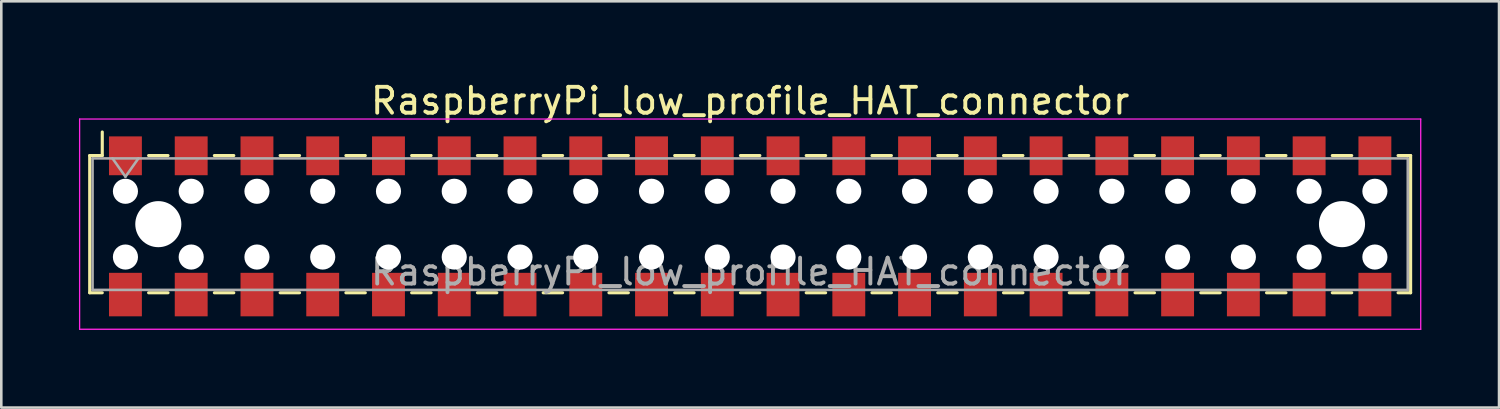
<source format=kicad_pcb>
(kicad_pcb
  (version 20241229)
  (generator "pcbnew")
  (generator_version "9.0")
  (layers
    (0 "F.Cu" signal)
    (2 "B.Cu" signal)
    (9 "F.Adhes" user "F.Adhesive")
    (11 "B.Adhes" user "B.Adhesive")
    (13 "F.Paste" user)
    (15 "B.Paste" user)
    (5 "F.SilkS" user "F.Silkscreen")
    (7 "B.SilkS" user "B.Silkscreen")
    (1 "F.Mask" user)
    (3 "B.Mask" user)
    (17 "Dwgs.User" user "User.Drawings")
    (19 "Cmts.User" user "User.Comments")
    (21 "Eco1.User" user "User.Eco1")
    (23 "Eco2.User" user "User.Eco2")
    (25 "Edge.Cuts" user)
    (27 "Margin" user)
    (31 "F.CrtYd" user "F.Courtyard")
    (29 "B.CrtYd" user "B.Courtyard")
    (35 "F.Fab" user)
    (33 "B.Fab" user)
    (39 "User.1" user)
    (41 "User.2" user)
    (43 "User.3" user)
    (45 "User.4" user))
  (footprint "RaspberryPi_low_profile_HAT_connector"
    (layer "F.Cu")
    (at 25.925 5.608)
    (property "Reference" "RaspberryPi_low_profile_HAT_connector" (at 0 -4.76 0) (layer "F.SilkS") (effects (font (size 1 1) (thickness 0.15))))
    (attr smd)
    (fp_line (start -25.51 -2.65) (end -25.51 2.65) (stroke (width 0.12) (type solid)) (layer "F.SilkS"))
    (fp_line (start -25.51 2.65) (end -25.025 2.65) (stroke (width 0.12) (type solid)) (layer "F.SilkS"))
    (fp_line (start -25.025 -3.56) (end -25.025 -2.65) (stroke (width 0.12) (type solid)) (layer "F.SilkS"))
    (fp_line (start -25.025 -2.65) (end -25.51 -2.65) (stroke (width 0.12) (type solid)) (layer "F.SilkS"))
    (fp_line (start -23.235 -2.65) (end -22.485 -2.65) (stroke (width 0.12) (type solid)) (layer "F.SilkS"))
    (fp_line (start -23.235 2.65) (end -22.485 2.65) (stroke (width 0.12) (type solid)) (layer "F.SilkS"))
    (fp_line (start -20.695 -2.65) (end -19.945 -2.65) (stroke (width 0.12) (type solid)) (layer "F.SilkS"))
    (fp_line (start -20.695 2.65) (end -19.945 2.65) (stroke (width 0.12) (type solid)) (layer "F.SilkS"))
    (fp_line (start -18.155 -2.65) (end -17.405 -2.65) (stroke (width 0.12) (type solid)) (layer "F.SilkS"))
    (fp_line (start -18.155 2.65) (end -17.405 2.65) (stroke (width 0.12) (type solid)) (layer "F.SilkS"))
    (fp_line (start -15.615 -2.65) (end -14.865 -2.65) (stroke (width 0.12) (type solid)) (layer "F.SilkS"))
    (fp_line (start -15.615 2.65) (end -14.865 2.65) (stroke (width 0.12) (type solid)) (layer "F.SilkS"))
    (fp_line (start -13.075 -2.65) (end -12.325 -2.65) (stroke (width 0.12) (type solid)) (layer "F.SilkS"))
    (fp_line (start -13.075 2.65) (end -12.325 2.65) (stroke (width 0.12) (type solid)) (layer "F.SilkS"))
    (fp_line (start -10.535 -2.65) (end -9.785 -2.65) (stroke (width 0.12) (type solid)) (layer "F.SilkS"))
    (fp_line (start -10.535 2.65) (end -9.785 2.65) (stroke (width 0.12) (type solid)) (layer "F.SilkS"))
    (fp_line (start -7.995 -2.65) (end -7.245 -2.65) (stroke (width 0.12) (type solid)) (layer "F.SilkS"))
    (fp_line (start -7.995 2.65) (end -7.245 2.65) (stroke (width 0.12) (type solid)) (layer "F.SilkS"))
    (fp_line (start -5.455 -2.65) (end -4.705 -2.65) (stroke (width 0.12) (type solid)) (layer "F.SilkS"))
    (fp_line (start -5.455 2.65) (end -4.705 2.65) (stroke (width 0.12) (type solid)) (layer "F.SilkS"))
    (fp_line (start -2.915 -2.65) (end -2.165 -2.65) (stroke (width 0.12) (type solid)) (layer "F.SilkS"))
    (fp_line (start -2.915 2.65) (end -2.165 2.65) (stroke (width 0.12) (type solid)) (layer "F.SilkS"))
    (fp_line (start -0.375 -2.65) (end 0.375 -2.65) (stroke (width 0.12) (type solid)) (layer "F.SilkS"))
    (fp_line (start -0.375 2.65) (end 0.375 2.65) (stroke (width 0.12) (type solid)) (layer "F.SilkS"))
    (fp_line (start 2.165 -2.65) (end 2.915 -2.65) (stroke (width 0.12) (type solid)) (layer "F.SilkS"))
    (fp_line (start 2.165 2.65) (end 2.915 2.65) (stroke (width 0.12) (type solid)) (layer "F.SilkS"))
    (fp_line (start 4.705 -2.65) (end 5.455 -2.65) (stroke (width 0.12) (type solid)) (layer "F.SilkS"))
    (fp_line (start 4.705 2.65) (end 5.455 2.65) (stroke (width 0.12) (type solid)) (layer "F.SilkS"))
    (fp_line (start 7.245 -2.65) (end 7.995 -2.65) (stroke (width 0.12) (type solid)) (layer "F.SilkS"))
    (fp_line (start 7.245 2.65) (end 7.995 2.65) (stroke (width 0.12) (type solid)) (layer "F.SilkS"))
    (fp_line (start 9.785 -2.65) (end 10.535 -2.65) (stroke (width 0.12) (type solid)) (layer "F.SilkS"))
    (fp_line (start 9.785 2.65) (end 10.535 2.65) (stroke (width 0.12) (type solid)) (layer "F.SilkS"))
    (fp_line (start 12.325 -2.65) (end 13.075 -2.65) (stroke (width 0.12) (type solid)) (layer "F.SilkS"))
    (fp_line (start 12.325 2.65) (end 13.075 2.65) (stroke (width 0.12) (type solid)) (layer "F.SilkS"))
    (fp_line (start 14.865 -2.65) (end 15.615 -2.65) (stroke (width 0.12) (type solid)) (layer "F.SilkS"))
    (fp_line (start 14.865 2.65) (end 15.615 2.65) (stroke (width 0.12) (type solid)) (layer "F.SilkS"))
    (fp_line (start 17.405 -2.65) (end 18.155 -2.65) (stroke (width 0.12) (type solid)) (layer "F.SilkS"))
    (fp_line (start 17.405 2.65) (end 18.155 2.65) (stroke (width 0.12) (type solid)) (layer "F.SilkS"))
    (fp_line (start 19.945 -2.65) (end 20.695 -2.65) (stroke (width 0.12) (type solid)) (layer "F.SilkS"))
    (fp_line (start 19.945 2.65) (end 20.695 2.65) (stroke (width 0.12) (type solid)) (layer "F.SilkS"))
    (fp_line (start 22.485 -2.65) (end 23.235 -2.65) (stroke (width 0.12) (type solid)) (layer "F.SilkS"))
    (fp_line (start 22.485 2.65) (end 23.235 2.65) (stroke (width 0.12) (type solid)) (layer "F.SilkS"))
    (fp_line (start 25.025 -2.65) (end 25.51 -2.65) (stroke (width 0.12) (type solid)) (layer "F.SilkS"))
    (fp_line (start 25.51 -2.65) (end 25.51 2.65) (stroke (width 0.12) (type solid)) (layer "F.SilkS"))
    (fp_line (start 25.51 2.65) (end 25.025 2.65) (stroke (width 0.12) (type solid)) (layer "F.SilkS"))
    (fp_line (start -25.9 -4.06) (end 25.9 -4.06) (stroke (width 0.05) (type solid)) (layer "F.CrtYd"))
    (fp_line (start -25.9 4.06) (end -25.9 -4.06) (stroke (width 0.05) (type solid)) (layer "F.CrtYd"))
    (fp_line (start 25.9 -4.06) (end 25.9 4.06) (stroke (width 0.05) (type solid)) (layer "F.CrtYd"))
    (fp_line (start 25.9 4.06) (end -25.9 4.06) (stroke (width 0.05) (type solid)) (layer "F.CrtYd"))
    (fp_line (start -25.4 -2.54) (end 25.4 -2.54) (stroke (width 0.1) (type solid)) (layer "F.Fab"))
    (fp_line (start -25.4 2.54) (end -25.4 -2.54) (stroke (width 0.1) (type solid)) (layer "F.Fab"))
    (fp_line (start -24.63 -2.54) (end -24.13 -1.833) (stroke (width 0.1) (type solid)) (layer "F.Fab"))
    (fp_line (start -24.13 -1.833) (end -23.63 -2.54) (stroke (width 0.1) (type solid)) (layer "F.Fab"))
    (fp_line (start 25.4 -2.54) (end 25.4 2.54) (stroke (width 0.1) (type solid)) (layer "F.Fab"))
    (fp_line (start 25.4 2.54) (end -25.4 2.54) (stroke (width 0.1) (type solid)) (layer "F.Fab"))
    (fp_text user "${REFERENCE}" (at 0 1.84 0) (layer "F.Fab") (effects (font (size 1 1) (thickness 0.15))))
    (pad "" np_thru_hole circle (at -24.13 -1.27) (size 0.97 0.97) (drill 0.97) (layers "*.Cu" "*.Mask"))
    (pad "" np_thru_hole circle (at -24.13 1.27) (size 0.97 0.97) (drill 0.97) (layers "*.Cu" "*.Mask"))
    (pad "" np_thru_hole circle (at -22.86 0) (size 1.78 1.78) (drill 1.78) (layers "*.Cu" "*.Mask"))
    (pad "" np_thru_hole circle (at -21.59 -1.27) (size 0.97 0.97) (drill 0.97) (layers "*.Cu" "*.Mask"))
    (pad "" np_thru_hole circle (at -21.59 1.27) (size 0.97 0.97) (drill 0.97) (layers "*.Cu" "*.Mask"))
    (pad "" np_thru_hole circle (at -19.05 -1.27) (size 0.97 0.97) (drill 0.97) (layers "*.Cu" "*.Mask"))
    (pad "" np_thru_hole circle (at -19.05 1.27) (size 0.97 0.97) (drill 0.97) (layers "*.Cu" "*.Mask"))
    (pad "" np_thru_hole circle (at -16.51 -1.27) (size 0.97 0.97) (drill 0.97) (layers "*.Cu" "*.Mask"))
    (pad "" np_thru_hole circle (at -16.51 1.27) (size 0.97 0.97) (drill 0.97) (layers "*.Cu" "*.Mask"))
    (pad "" np_thru_hole circle (at -13.97 -1.27) (size 0.97 0.97) (drill 0.97) (layers "*.Cu" "*.Mask"))
    (pad "" np_thru_hole circle (at -13.97 1.27) (size 0.97 0.97) (drill 0.97) (layers "*.Cu" "*.Mask"))
    (pad "" np_thru_hole circle (at -11.43 -1.27) (size 0.97 0.97) (drill 0.97) (layers "*.Cu" "*.Mask"))
    (pad "" np_thru_hole circle (at -11.43 1.27) (size 0.97 0.97) (drill 0.97) (layers "*.Cu" "*.Mask"))
    (pad "" np_thru_hole circle (at -8.89 -1.27) (size 0.97 0.97) (drill 0.97) (layers "*.Cu" "*.Mask"))
    (pad "" np_thru_hole circle (at -8.89 1.27) (size 0.97 0.97) (drill 0.97) (layers "*.Cu" "*.Mask"))
    (pad "" np_thru_hole circle (at -6.35 -1.27) (size 0.97 0.97) (drill 0.97) (layers "*.Cu" "*.Mask"))
    (pad "" np_thru_hole circle (at -6.35 1.27) (size 0.97 0.97) (drill 0.97) (layers "*.Cu" "*.Mask"))
    (pad "" np_thru_hole circle (at -3.81 -1.27) (size 0.97 0.97) (drill 0.97) (layers "*.Cu" "*.Mask"))
    (pad "" np_thru_hole circle (at -3.81 1.27) (size 0.97 0.97) (drill 0.97) (layers "*.Cu" "*.Mask"))
    (pad "" np_thru_hole circle (at -1.27 -1.27) (size 0.97 0.97) (drill 0.97) (layers "*.Cu" "*.Mask"))
    (pad "" np_thru_hole circle (at -1.27 1.27) (size 0.97 0.97) (drill 0.97) (layers "*.Cu" "*.Mask"))
    (pad "" np_thru_hole circle (at 1.27 -1.27) (size 0.97 0.97) (drill 0.97) (layers "*.Cu" "*.Mask"))
    (pad "" np_thru_hole circle (at 1.27 1.27) (size 0.97 0.97) (drill 0.97) (layers "*.Cu" "*.Mask"))
    (pad "" np_thru_hole circle (at 3.81 -1.27) (size 0.97 0.97) (drill 0.97) (layers "*.Cu" "*.Mask"))
    (pad "" np_thru_hole circle (at 3.81 1.27) (size 0.97 0.97) (drill 0.97) (layers "*.Cu" "*.Mask"))
    (pad "" np_thru_hole circle (at 6.35 -1.27) (size 0.97 0.97) (drill 0.97) (layers "*.Cu" "*.Mask"))
    (pad "" np_thru_hole circle (at 6.35 1.27) (size 0.97 0.97) (drill 0.97) (layers "*.Cu" "*.Mask"))
    (pad "" np_thru_hole circle (at 8.89 -1.27) (size 0.97 0.97) (drill 0.97) (layers "*.Cu" "*.Mask"))
    (pad "" np_thru_hole circle (at 8.89 1.27) (size 0.97 0.97) (drill 0.97) (layers "*.Cu" "*.Mask"))
    (pad "" np_thru_hole circle (at 11.43 -1.27) (size 0.97 0.97) (drill 0.97) (layers "*.Cu" "*.Mask"))
    (pad "" np_thru_hole circle (at 11.43 1.27) (size 0.97 0.97) (drill 0.97) (layers "*.Cu" "*.Mask"))
    (pad "" np_thru_hole circle (at 13.97 -1.27) (size 0.97 0.97) (drill 0.97) (layers "*.Cu" "*.Mask"))
    (pad "" np_thru_hole circle (at 13.97 1.27) (size 0.97 0.97) (drill 0.97) (layers "*.Cu" "*.Mask"))
    (pad "" np_thru_hole circle (at 16.51 -1.27) (size 0.97 0.97) (drill 0.97) (layers "*.Cu" "*.Mask"))
    (pad "" np_thru_hole circle (at 16.51 1.27) (size 0.97 0.97) (drill 0.97) (layers "*.Cu" "*.Mask"))
    (pad "" np_thru_hole circle (at 19.05 -1.27) (size 0.97 0.97) (drill 0.97) (layers "*.Cu" "*.Mask"))
    (pad "" np_thru_hole circle (at 19.05 1.27) (size 0.97 0.97) (drill 0.97) (layers "*.Cu" "*.Mask"))
    (pad "" np_thru_hole circle (at 21.59 -1.27) (size 0.97 0.97) (drill 0.97) (layers "*.Cu" "*.Mask"))
    (pad "" np_thru_hole circle (at 21.59 1.27) (size 0.97 0.97) (drill 0.97) (layers "*.Cu" "*.Mask"))
    (pad "" np_thru_hole circle (at 22.86 0) (size 1.78 1.78) (drill 1.78) (layers "*.Cu" "*.Mask"))
    (pad "" np_thru_hole circle (at 24.13 -1.27) (size 0.97 0.97) (drill 0.97) (layers "*.Cu" "*.Mask"))
    (pad "" np_thru_hole circle (at 24.13 1.27) (size 0.97 0.97) (drill 0.97) (layers "*.Cu" "*.Mask"))
    (pad "1" smd rect (at -24.13 2.72) (size 1.27 1.68) (layers "F.Cu" "F.Mask" "F.Paste"))
    (pad "2" smd rect (at -24.13 -2.64) (size 1.27 1.5) (layers "F.Cu" "F.Mask" "F.Paste"))
    (pad "3" smd rect (at -21.59 2.72) (size 1.27 1.68) (layers "F.Cu" "F.Mask" "F.Paste"))
    (pad "4" smd rect (at -21.59 -2.64) (size 1.27 1.5) (layers "F.Cu" "F.Mask" "F.Paste"))
    (pad "5" smd rect (at -19.05 2.72) (size 1.27 1.68) (layers "F.Cu" "F.Mask" "F.Paste"))
    (pad "6" smd rect (at -19.05 -2.64) (size 1.27 1.5) (layers "F.Cu" "F.Mask" "F.Paste"))
    (pad "7" smd rect (at -16.51 2.72) (size 1.27 1.68) (layers "F.Cu" "F.Mask" "F.Paste"))
    (pad "8" smd rect (at -16.51 -2.64) (size 1.27 1.5) (layers "F.Cu" "F.Mask" "F.Paste"))
    (pad "9" smd rect (at -13.97 2.72) (size 1.27 1.68) (layers "F.Cu" "F.Mask" "F.Paste"))
    (pad "10" smd rect (at -13.97 -2.64) (size 1.27 1.5) (layers "F.Cu" "F.Mask" "F.Paste"))
    (pad "11" smd rect (at -11.43 2.72) (size 1.27 1.68) (layers "F.Cu" "F.Mask" "F.Paste"))
    (pad "12" smd rect (at -11.43 -2.64) (size 1.27 1.5) (layers "F.Cu" "F.Mask" "F.Paste"))
    (pad "13" smd rect (at -8.89 2.72) (size 1.27 1.68) (layers "F.Cu" "F.Mask" "F.Paste"))
    (pad "14" smd rect (at -8.89 -2.64) (size 1.27 1.5) (layers "F.Cu" "F.Mask" "F.Paste"))
    (pad "15" smd rect (at -6.35 2.72) (size 1.27 1.68) (layers "F.Cu" "F.Mask" "F.Paste"))
    (pad "16" smd rect (at -6.35 -2.64) (size 1.27 1.5) (layers "F.Cu" "F.Mask" "F.Paste"))
    (pad "17" smd rect (at -3.81 2.72) (size 1.27 1.68) (layers "F.Cu" "F.Mask" "F.Paste"))
    (pad "18" smd rect (at -3.81 -2.64) (size 1.27 1.5) (layers "F.Cu" "F.Mask" "F.Paste"))
    (pad "19" smd rect (at -1.27 2.72) (size 1.27 1.68) (layers "F.Cu" "F.Mask" "F.Paste"))
    (pad "20" smd rect (at -1.27 -2.64) (size 1.27 1.5) (layers "F.Cu" "F.Mask" "F.Paste"))
    (pad "21" smd rect (at 1.27 2.72) (size 1.27 1.68) (layers "F.Cu" "F.Mask" "F.Paste"))
    (pad "22" smd rect (at 1.27 -2.64) (size 1.27 1.5) (layers "F.Cu" "F.Mask" "F.Paste"))
    (pad "23" smd rect (at 3.81 2.72) (size 1.27 1.68) (layers "F.Cu" "F.Mask" "F.Paste"))
    (pad "24" smd rect (at 3.81 -2.64) (size 1.27 1.5) (layers "F.Cu" "F.Mask" "F.Paste"))
    (pad "25" smd rect (at 6.35 2.72) (size 1.27 1.68) (layers "F.Cu" "F.Mask" "F.Paste"))
    (pad "26" smd rect (at 6.35 -2.64) (size 1.27 1.5) (layers "F.Cu" "F.Mask" "F.Paste"))
    (pad "27" smd rect (at 8.89 2.72) (size 1.27 1.68) (layers "F.Cu" "F.Mask" "F.Paste"))
    (pad "28" smd rect (at 8.89 -2.64) (size 1.27 1.5) (layers "F.Cu" "F.Mask" "F.Paste"))
    (pad "29" smd rect (at 11.43 2.72) (size 1.27 1.68) (layers "F.Cu" "F.Mask" "F.Paste"))
    (pad "30" smd rect (at 11.43 -2.64) (size 1.27 1.5) (layers "F.Cu" "F.Mask" "F.Paste"))
    (pad "31" smd rect (at 13.97 2.72) (size 1.27 1.68) (layers "F.Cu" "F.Mask" "F.Paste"))
    (pad "32" smd rect (at 13.97 -2.64) (size 1.27 1.5) (layers "F.Cu" "F.Mask" "F.Paste"))
    (pad "33" smd rect (at 16.51 2.72) (size 1.27 1.68) (layers "F.Cu" "F.Mask" "F.Paste"))
    (pad "34" smd rect (at 16.51 -2.64) (size 1.27 1.5) (layers "F.Cu" "F.Mask" "F.Paste"))
    (pad "35" smd rect (at 19.05 2.72) (size 1.27 1.68) (layers "F.Cu" "F.Mask" "F.Paste"))
    (pad "36" smd rect (at 19.05 -2.64) (size 1.27 1.5) (layers "F.Cu" "F.Mask" "F.Paste"))
    (pad "37" smd rect (at 21.59 2.72) (size 1.27 1.68) (layers "F.Cu" "F.Mask" "F.Paste"))
    (pad "38" smd rect (at 21.59 -2.64) (size 1.27 1.5) (layers "F.Cu" "F.Mask" "F.Paste"))
    (pad "39" smd rect (at 24.13 2.72) (size 1.27 1.68) (layers "F.Cu" "F.Mask" "F.Paste"))
    (pad "40" smd rect (at 24.13 -2.64) (size 1.27 1.5) (layers "F.Cu" "F.Mask" "F.Paste")))
  (gr_rect
    (start -3 -3)
    (end 54.85 12.693)
    (stroke (width 0.1) (type default))
    (fill no)
    (layer "Edge.Cuts")))
</source>
